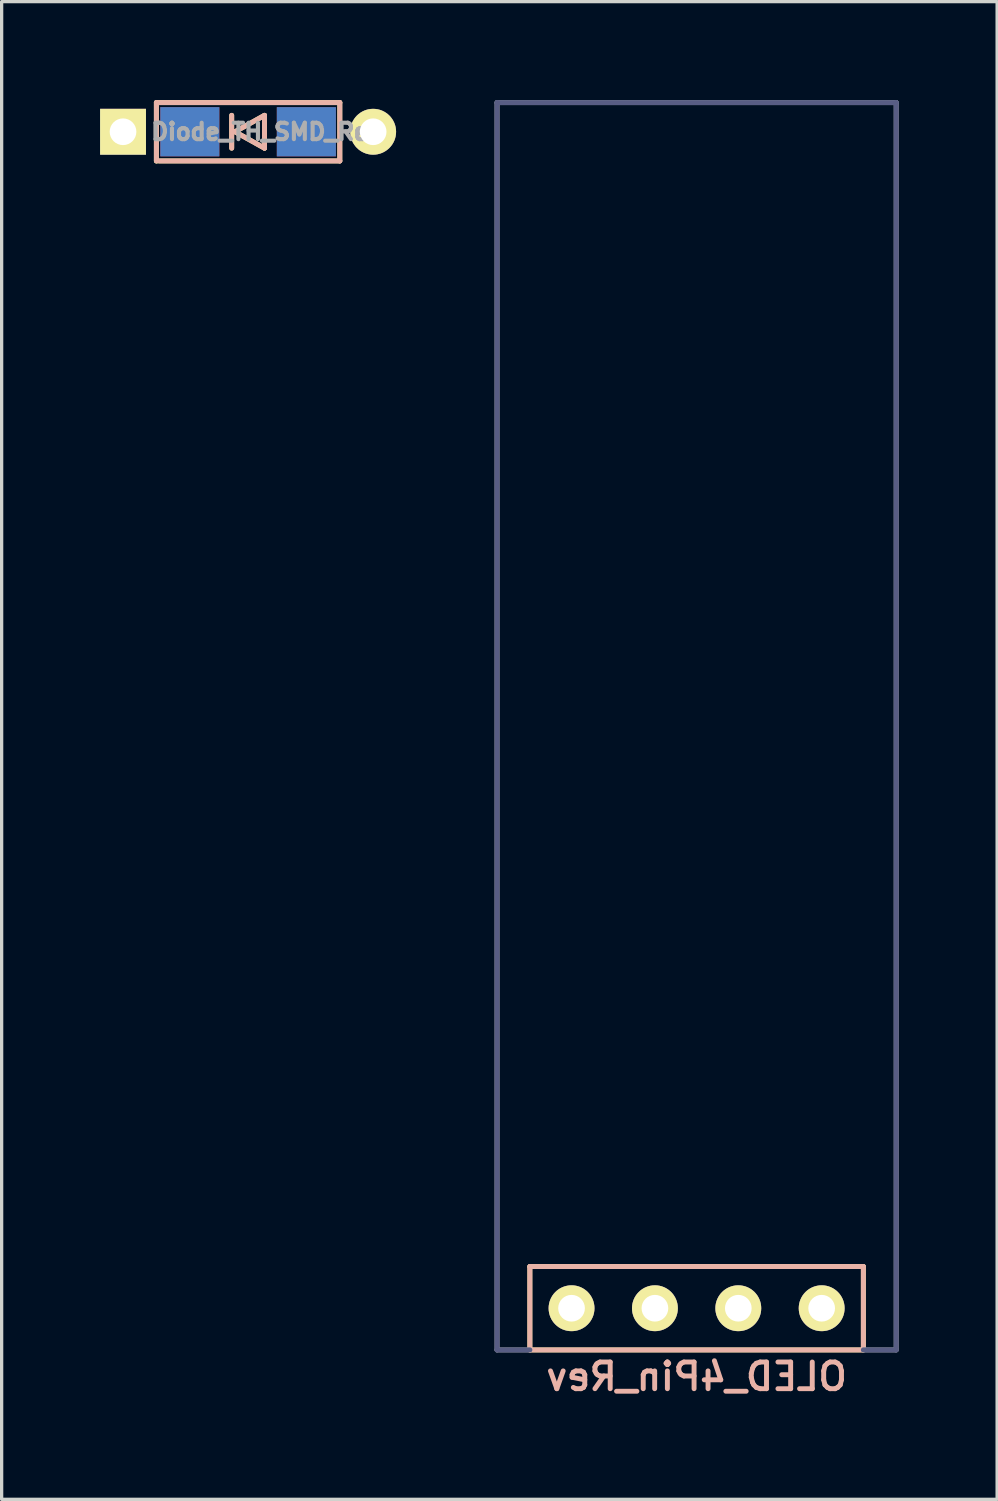
<source format=kicad_pcb>
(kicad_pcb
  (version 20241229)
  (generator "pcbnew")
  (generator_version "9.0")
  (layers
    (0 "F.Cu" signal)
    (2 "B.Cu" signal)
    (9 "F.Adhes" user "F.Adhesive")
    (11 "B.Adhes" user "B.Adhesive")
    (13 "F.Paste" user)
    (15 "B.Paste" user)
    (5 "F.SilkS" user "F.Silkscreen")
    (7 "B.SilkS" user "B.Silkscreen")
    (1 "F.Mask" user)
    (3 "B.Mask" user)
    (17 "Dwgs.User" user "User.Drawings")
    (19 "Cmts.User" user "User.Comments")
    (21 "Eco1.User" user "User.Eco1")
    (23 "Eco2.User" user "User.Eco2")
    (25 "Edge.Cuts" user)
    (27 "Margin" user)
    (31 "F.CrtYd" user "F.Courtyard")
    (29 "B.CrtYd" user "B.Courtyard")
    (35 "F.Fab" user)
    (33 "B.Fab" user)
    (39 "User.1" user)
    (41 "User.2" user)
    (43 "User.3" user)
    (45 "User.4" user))
  (footprint "OLED_4Pin_Rev"
    (layer "F.Cu")
    (at 14.362 36.805)
    (property "Reference" "OLED_4Pin_Rev" (at 3.81 2.083 180) (layer "B.SilkS") (effects (font (size 0.813 0.813) (thickness 0.15)) (justify mirror)))
    (attr through_hole)
    (fp_line (start -1.27 -1.27) (end 8.89 -1.27) (stroke (width 0.15) (type solid)) (layer "F.SilkS"))
    (fp_line (start -1.27 1.27) (end -1.27 -1.27) (stroke (width 0.15) (type solid)) (layer "F.SilkS"))
    (fp_line (start -1.27 1.27) (end 8.89 1.27) (stroke (width 0.15) (type solid)) (layer "F.SilkS"))
    (fp_line (start 8.89 -1.27) (end 8.89 1.27) (stroke (width 0.15) (type solid)) (layer "F.SilkS"))
    (fp_line (start -1.27 -1.27) (end 8.89 -1.27) (stroke (width 0.15) (type solid)) (layer "B.SilkS"))
    (fp_line (start -1.27 1.27) (end -1.27 -1.27) (stroke (width 0.15) (type solid)) (layer "B.SilkS"))
    (fp_line (start 8.89 -1.27) (end 8.89 1.27) (stroke (width 0.15) (type solid)) (layer "B.SilkS"))
    (fp_line (start 8.89 1.27) (end -1.27 1.27) (stroke (width 0.15) (type solid)) (layer "B.SilkS"))
    (fp_line (start -2.27 1.27) (end -2.27 -36.73) (stroke (width 0.15) (type default)) (layer "B.Fab"))
    (fp_line (start -1.27 1.27) (end -2.27 1.27) (stroke (width 0.15) (type default)) (layer "B.Fab"))
    (fp_line (start 9.89 -36.73) (end -2.27 -36.73) (stroke (width 0.15) (type default)) (layer "B.Fab"))
    (fp_line (start 9.89 1.27) (end 8.89 1.27) (stroke (width 0.15) (type default)) (layer "B.Fab"))
    (fp_line (start 9.89 1.27) (end 9.89 -36.73) (stroke (width 0.15) (type default)) (layer "B.Fab"))
    (fp_line (start -2.27 -36.73) (end 9.89 -36.73) (stroke (width 0.15) (type default)) (layer "F.Fab"))
    (fp_line (start -2.27 1.27) (end -2.27 -36.73) (stroke (width 0.15) (type default)) (layer "F.Fab"))
    (fp_line (start -2.27 1.27) (end -1.27 1.27) (stroke (width 0.15) (type default)) (layer "F.Fab"))
    (fp_line (start 8.89 1.27) (end 9.89 1.27) (stroke (width 0.15) (type default)) (layer "F.Fab"))
    (fp_line (start 9.89 1.27) (end 9.89 -36.73) (stroke (width 0.15) (type default)) (layer "F.Fab"))
    (pad "1" thru_hole circle (at 0 0) (size 1.397 1.397) (drill 0.813) (layers "*.Cu" "*.Mask" "F.SilkS"))
    (pad "2" thru_hole circle (at 2.54 0) (size 1.397 1.397) (drill 0.813) (layers "*.Cu" "*.Mask" "F.SilkS"))
    (pad "3" thru_hole circle (at 5.08 0) (size 1.397 1.397) (drill 0.813) (layers "*.Cu" "*.Mask" "F.SilkS"))
    (pad "4" thru_hole circle (at 7.62 0) (size 1.397 1.397) (drill 0.813) (layers "*.Cu" "*.Mask" "F.SilkS")))
  (footprint "Diode_TH_SMD_Rev"
    (layer "F.Cu")
    (at 4.508 0.964)
    (property "Reference" "Diode_TH_SMD_Rev" (at 0.55 0 0) (layer "F.Fab") (effects (font (size 0.5 0.5) (thickness 0.125))))
    (attr through_hole)
    (fp_line (start -2.794 -0.889) (end -2.794 0.889) (stroke (width 0.15) (type solid)) (layer "F.SilkS"))
    (fp_line (start -2.794 0.889) (end 2.794 0.889) (stroke (width 0.15) (type solid)) (layer "F.SilkS"))
    (fp_line (start -0.5 -0.5) (end -0.5 0.5) (stroke (width 0.15) (type solid)) (layer "F.SilkS"))
    (fp_line (start -0.4 0) (end 0.5 -0.5) (stroke (width 0.15) (type solid)) (layer "F.SilkS"))
    (fp_line (start 0.5 -0.5) (end 0.5 0.5) (stroke (width 0.15) (type solid)) (layer "F.SilkS"))
    (fp_line (start 0.5 0.5) (end -0.4 0) (stroke (width 0.15) (type solid)) (layer "F.SilkS"))
    (fp_line (start 2.794 -0.889) (end -2.794 -0.889) (stroke (width 0.15) (type solid)) (layer "F.SilkS"))
    (fp_line (start 2.794 0.889) (end 2.794 -0.889) (stroke (width 0.15) (type solid)) (layer "F.SilkS"))
    (fp_line (start -2.794 -0.889) (end -2.794 0.889) (stroke (width 0.15) (type solid)) (layer "B.SilkS"))
    (fp_line (start -2.7 0.889) (end 2.794 0.889) (stroke (width 0.15) (type solid)) (layer "B.SilkS"))
    (fp_line (start -0.5 -0.5) (end -0.5 0.5) (stroke (width 0.15) (type solid)) (layer "B.SilkS"))
    (fp_line (start -0.4 0) (end 0.5 -0.5) (stroke (width 0.15) (type solid)) (layer "B.SilkS"))
    (fp_line (start 0.5 -0.5) (end 0.5 0.5) (stroke (width 0.15) (type solid)) (layer "B.SilkS"))
    (fp_line (start 0.5 0.5) (end -0.4 0) (stroke (width 0.15) (type solid)) (layer "B.SilkS"))
    (fp_line (start 2.794 -0.889) (end -2.794 -0.889) (stroke (width 0.15) (type solid)) (layer "B.SilkS"))
    (fp_line (start 2.794 0.889) (end 2.794 -0.889) (stroke (width 0.15) (type solid)) (layer "B.SilkS"))
    (pad "1" thru_hole rect (at -3.81 0) (size 1.397 1.397) (drill 0.813) (layers "*.Cu" "*.Mask" "F.SilkS"))
    (pad "1" smd rect (at -1.775 0) (size 1.8 1.5) (layers "F.Cu" "F.Mask" "F.Paste"))
    (pad "1" smd rect (at -1.775 0) (size 1.8 1.5) (layers "B.Cu" "B.Mask" "B.Paste"))
    (pad "2" smd rect (at 1.775 0) (size 1.8 1.5) (layers "F.Cu" "F.Mask" "F.Paste"))
    (pad "2" smd rect (at 1.775 0) (size 1.8 1.5) (layers "B.Cu" "B.Mask" "B.Paste"))
    (pad "2" thru_hole circle (at 3.81 0) (size 1.397 1.397) (drill 0.813) (layers "*.Cu" "*.Mask" "F.SilkS")))
  (gr_rect
    (start -3 -3)
    (end 27.327 42.627)
    (stroke (width 0.1) (type default))
    (fill no)
    (layer "Edge.Cuts")))
</source>
